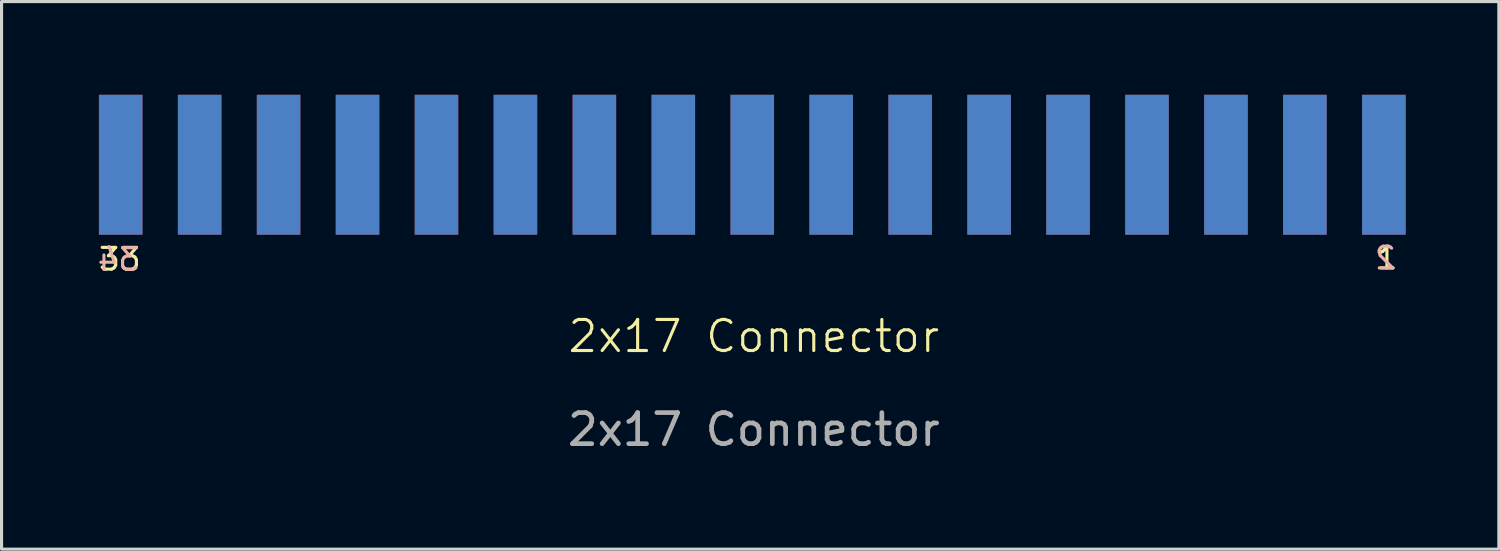
<source format=kicad_pcb>
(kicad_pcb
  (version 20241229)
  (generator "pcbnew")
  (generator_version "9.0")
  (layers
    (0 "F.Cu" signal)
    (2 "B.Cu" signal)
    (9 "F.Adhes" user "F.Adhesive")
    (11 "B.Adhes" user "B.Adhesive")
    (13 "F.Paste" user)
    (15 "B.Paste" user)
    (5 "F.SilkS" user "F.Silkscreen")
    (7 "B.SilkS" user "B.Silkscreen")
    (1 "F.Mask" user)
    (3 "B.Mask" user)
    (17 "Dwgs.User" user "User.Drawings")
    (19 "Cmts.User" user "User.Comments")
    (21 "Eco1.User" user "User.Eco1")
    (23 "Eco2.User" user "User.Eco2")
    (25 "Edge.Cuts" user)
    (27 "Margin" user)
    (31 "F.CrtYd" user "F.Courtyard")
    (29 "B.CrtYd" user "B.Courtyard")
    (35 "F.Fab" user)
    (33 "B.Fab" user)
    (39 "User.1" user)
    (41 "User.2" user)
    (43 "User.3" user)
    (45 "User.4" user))
  (footprint "2x17 Connector"
    (layer "F.Cu")
    (at 21.163 2.23)
    (property "Reference" "2x17 Connector" (at 0.04 5.54 0) (unlocked yes) (layer "F.SilkS") (effects (font (size 1 1) (thickness 0.1))))
    (attr smd)
    (fp_text user "33" (at -21.09 3.47 0) (unlocked yes) (layer "F.SilkS") (effects (font (size 0.7 0.7) (thickness 0.1)) (justify left bottom)))
    (fp_text user "1" (at 20.01 3.43 0) (unlocked yes) (layer "F.SilkS") (effects (font (size 0.7 0.7) (thickness 0.1)) (justify left bottom)))
    (fp_text user "2" (at 20.76 3.43 0) (unlocked yes) (layer "B.SilkS") (effects (font (size 0.7 0.7) (thickness 0.1)) (justify left bottom mirror)))
    (fp_text user "34" (at -19.67 3.48 0) (unlocked yes) (layer "B.SilkS") (effects (font (size 0.7 0.7) (thickness 0.1)) (justify left bottom mirror)))
    (fp_text user "${REFERENCE}" (at 0.04 8.54 0) (unlocked yes) (layer "F.Fab") (effects (font (size 1 1) (thickness 0.15))))
    (pad "1" smd rect (at 20.31 0.02) (size 1.4 4.5) (layers "F.Cu" "F.Mask" "F.Paste"))
    (pad "2" smd rect (at 20.31 0.02) (size 1.4 4.5) (layers "B.Cu" "B.Mask" "B.Paste"))
    (pad "3" smd rect (at 17.77 0.02) (size 1.4 4.5) (layers "F.Cu" "F.Mask" "F.Paste"))
    (pad "4" smd rect (at 17.77 0.02) (size 1.4 4.5) (layers "B.Cu" "B.Mask" "B.Paste"))
    (pad "5" smd rect (at 15.23 0.02) (size 1.4 4.5) (layers "F.Cu" "F.Mask" "F.Paste"))
    (pad "6" smd rect (at 15.23 0.02) (size 1.4 4.5) (layers "B.Cu" "B.Mask" "B.Paste"))
    (pad "7" smd rect (at 12.69 0.02) (size 1.4 4.5) (layers "F.Cu" "F.Mask" "F.Paste"))
    (pad "8" smd rect (at 12.69 0.02) (size 1.4 4.5) (layers "B.Cu" "B.Mask" "B.Paste"))
    (pad "9" smd rect (at 10.15 0.02) (size 1.4 4.5) (layers "F.Cu" "F.Mask" "F.Paste"))
    (pad "10" smd rect (at 10.15 0.02) (size 1.4 4.5) (layers "B.Cu" "B.Mask" "B.Paste"))
    (pad "11" smd rect (at 7.61 0.02) (size 1.4 4.5) (layers "F.Cu" "F.Mask" "F.Paste"))
    (pad "12" smd rect (at 7.61 0.02) (size 1.4 4.5) (layers "B.Cu" "B.Mask" "B.Paste"))
    (pad "13" smd rect (at 5.07 0.02) (size 1.4 4.5) (layers "F.Cu" "F.Mask" "F.Paste"))
    (pad "14" smd rect (at 5.07 0.02) (size 1.4 4.5) (layers "B.Cu" "B.Mask" "B.Paste"))
    (pad "15" smd rect (at 2.53 0.02) (size 1.4 4.5) (layers "F.Cu" "F.Mask" "F.Paste"))
    (pad "16" smd rect (at 2.53 0.02) (size 1.4 4.5) (layers "B.Cu" "B.Mask" "B.Paste"))
    (pad "17" smd rect (at -0.01 0.02) (size 1.4 4.5) (layers "F.Cu" "F.Mask" "F.Paste"))
    (pad "18" smd rect (at -0.01 0.02) (size 1.4 4.5) (layers "B.Cu" "B.Mask" "B.Paste"))
    (pad "19" smd rect (at -2.55 0.02) (size 1.4 4.5) (layers "F.Cu" "F.Mask" "F.Paste"))
    (pad "20" smd rect (at -2.55 0.02) (size 1.4 4.5) (layers "B.Cu" "B.Mask" "B.Paste"))
    (pad "21" smd rect (at -5.09 0.02) (size 1.4 4.5) (layers "F.Cu" "F.Mask" "F.Paste"))
    (pad "22" smd rect (at -5.09 0.02) (size 1.4 4.5) (layers "B.Cu" "B.Mask" "B.Paste"))
    (pad "23" smd rect (at -7.63 0.02) (size 1.4 4.5) (layers "F.Cu" "F.Mask" "F.Paste"))
    (pad "24" smd rect (at -7.63 0.02) (size 1.4 4.5) (layers "B.Cu" "B.Mask" "B.Paste"))
    (pad "25" smd rect (at -10.17 0.02) (size 1.4 4.5) (layers "F.Cu" "F.Mask" "F.Paste"))
    (pad "26" smd rect (at -10.17 0.02) (size 1.4 4.5) (layers "B.Cu" "B.Mask" "B.Paste"))
    (pad "27" smd rect (at -12.71 0.02) (size 1.4 4.5) (layers "F.Cu" "F.Mask" "F.Paste"))
    (pad "28" smd rect (at -12.71 0.02) (size 1.4 4.5) (layers "B.Cu" "B.Mask" "B.Paste"))
    (pad "29" smd rect (at -15.25 0.02) (size 1.4 4.5) (layers "F.Cu" "F.Mask" "F.Paste"))
    (pad "30" smd rect (at -15.25 0.02) (size 1.4 4.5) (layers "B.Cu" "B.Mask" "B.Paste"))
    (pad "31" smd rect (at -17.79 0.02) (size 1.4 4.5) (layers "F.Cu" "F.Mask" "F.Paste"))
    (pad "32" smd rect (at -17.79 0.02) (size 1.4 4.5) (layers "B.Cu" "B.Mask" "B.Paste"))
    (pad "33" smd rect (at -20.33 0.02) (size 1.4 4.5) (layers "F.Cu" "F.Mask" "F.Paste"))
    (pad "34" smd rect (at -20.33 0.02) (size 1.4 4.5) (layers "B.Cu" "B.Mask" "B.Paste")))
  (gr_rect
    (start -3 -3)
    (end 45.173 14.618)
    (stroke (width 0.1) (type default))
    (fill no)
    (layer "Edge.Cuts")))
</source>
